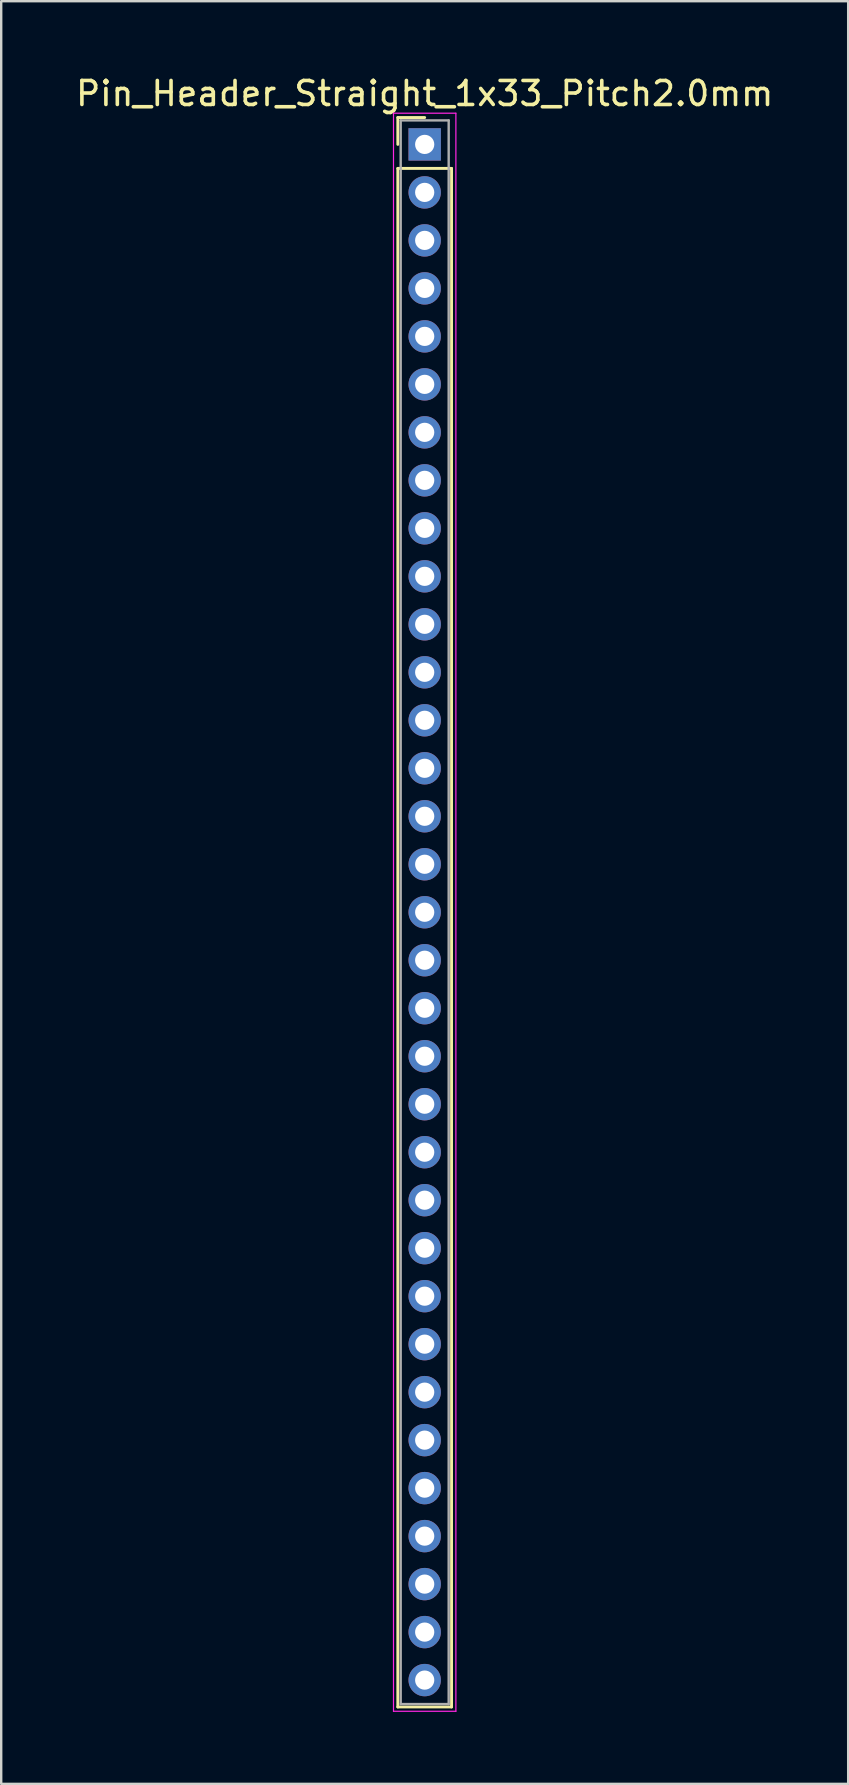
<source format=kicad_pcb>
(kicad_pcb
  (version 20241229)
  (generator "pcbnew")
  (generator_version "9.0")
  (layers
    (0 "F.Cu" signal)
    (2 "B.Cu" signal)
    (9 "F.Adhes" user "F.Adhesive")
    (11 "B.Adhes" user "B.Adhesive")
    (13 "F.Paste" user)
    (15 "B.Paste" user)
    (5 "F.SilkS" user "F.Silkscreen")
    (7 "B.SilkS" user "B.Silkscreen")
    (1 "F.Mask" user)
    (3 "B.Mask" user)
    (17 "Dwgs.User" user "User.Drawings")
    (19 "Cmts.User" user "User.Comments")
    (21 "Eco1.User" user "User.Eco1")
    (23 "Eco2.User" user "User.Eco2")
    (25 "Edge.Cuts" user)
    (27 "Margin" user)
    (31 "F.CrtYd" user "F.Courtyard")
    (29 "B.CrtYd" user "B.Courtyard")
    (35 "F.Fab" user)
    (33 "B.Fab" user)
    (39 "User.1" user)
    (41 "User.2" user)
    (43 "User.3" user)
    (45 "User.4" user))
  (footprint "Pin_Header_Straight_1x33_Pitch2.0mm"
    (layer "F.Cu")
    (at 14.649 2.968)
    (property "Reference" "Pin_Header_Straight_1x33_Pitch2.0mm" (at 0 -2.12 0) (layer "F.SilkS") (effects (font (size 1 1) (thickness 0.15))))
    (attr through_hole)
    (fp_line (start -1.12 -1.12) (end 0 -1.12) (stroke (width 0.12) (type solid)) (layer "F.SilkS"))
    (fp_line (start -1.12 0) (end -1.12 -1.12) (stroke (width 0.12) (type solid)) (layer "F.SilkS"))
    (fp_line (start -1.12 1) (end -1.12 65.12) (stroke (width 0.12) (type solid)) (layer "F.SilkS"))
    (fp_line (start -1.12 65.12) (end 1.12 65.12) (stroke (width 0.12) (type solid)) (layer "F.SilkS"))
    (fp_line (start 1.12 1) (end -1.12 1) (stroke (width 0.12) (type solid)) (layer "F.SilkS"))
    (fp_line (start 1.12 65.12) (end 1.12 1) (stroke (width 0.12) (type solid)) (layer "F.SilkS"))
    (fp_line (start -1.3 -1.3) (end -1.3 65.3) (stroke (width 0.05) (type solid)) (layer "F.CrtYd"))
    (fp_line (start -1.3 65.3) (end 1.3 65.3) (stroke (width 0.05) (type solid)) (layer "F.CrtYd"))
    (fp_line (start 1.3 -1.3) (end -1.3 -1.3) (stroke (width 0.05) (type solid)) (layer "F.CrtYd"))
    (fp_line (start 1.3 65.3) (end 1.3 -1.3) (stroke (width 0.05) (type solid)) (layer "F.CrtYd"))
    (fp_line (start -1 -1) (end -1 65) (stroke (width 0.1) (type solid)) (layer "F.Fab"))
    (fp_line (start -1 65) (end 1 65) (stroke (width 0.1) (type solid)) (layer "F.Fab"))
    (fp_line (start 1 -1) (end -1 -1) (stroke (width 0.1) (type solid)) (layer "F.Fab"))
    (fp_line (start 1 65) (end 1 -1) (stroke (width 0.1) (type solid)) (layer "F.Fab"))
    (pad "1" thru_hole rect (at 0 0) (size 1.35 1.35) (drill 0.8) (layers "*.Cu" "*.Mask"))
    (pad "2" thru_hole oval (at 0 2) (size 1.35 1.35) (drill 0.8) (layers "*.Cu" "*.Mask"))
    (pad "3" thru_hole oval (at 0 4) (size 1.35 1.35) (drill 0.8) (layers "*.Cu" "*.Mask"))
    (pad "4" thru_hole oval (at 0 6) (size 1.35 1.35) (drill 0.8) (layers "*.Cu" "*.Mask"))
    (pad "5" thru_hole oval (at 0 8) (size 1.35 1.35) (drill 0.8) (layers "*.Cu" "*.Mask"))
    (pad "6" thru_hole oval (at 0 10) (size 1.35 1.35) (drill 0.8) (layers "*.Cu" "*.Mask"))
    (pad "7" thru_hole oval (at 0 12) (size 1.35 1.35) (drill 0.8) (layers "*.Cu" "*.Mask"))
    (pad "8" thru_hole oval (at 0 14) (size 1.35 1.35) (drill 0.8) (layers "*.Cu" "*.Mask"))
    (pad "9" thru_hole oval (at 0 16) (size 1.35 1.35) (drill 0.8) (layers "*.Cu" "*.Mask"))
    (pad "10" thru_hole oval (at 0 18) (size 1.35 1.35) (drill 0.8) (layers "*.Cu" "*.Mask"))
    (pad "11" thru_hole oval (at 0 20) (size 1.35 1.35) (drill 0.8) (layers "*.Cu" "*.Mask"))
    (pad "12" thru_hole oval (at 0 22) (size 1.35 1.35) (drill 0.8) (layers "*.Cu" "*.Mask"))
    (pad "13" thru_hole oval (at 0 24) (size 1.35 1.35) (drill 0.8) (layers "*.Cu" "*.Mask"))
    (pad "14" thru_hole oval (at 0 26) (size 1.35 1.35) (drill 0.8) (layers "*.Cu" "*.Mask"))
    (pad "15" thru_hole oval (at 0 28) (size 1.35 1.35) (drill 0.8) (layers "*.Cu" "*.Mask"))
    (pad "16" thru_hole oval (at 0 30) (size 1.35 1.35) (drill 0.8) (layers "*.Cu" "*.Mask"))
    (pad "17" thru_hole oval (at 0 32) (size 1.35 1.35) (drill 0.8) (layers "*.Cu" "*.Mask"))
    (pad "18" thru_hole oval (at 0 34) (size 1.35 1.35) (drill 0.8) (layers "*.Cu" "*.Mask"))
    (pad "19" thru_hole oval (at 0 36) (size 1.35 1.35) (drill 0.8) (layers "*.Cu" "*.Mask"))
    (pad "20" thru_hole oval (at 0 38) (size 1.35 1.35) (drill 0.8) (layers "*.Cu" "*.Mask"))
    (pad "21" thru_hole oval (at 0 40) (size 1.35 1.35) (drill 0.8) (layers "*.Cu" "*.Mask"))
    (pad "22" thru_hole oval (at 0 42) (size 1.35 1.35) (drill 0.8) (layers "*.Cu" "*.Mask"))
    (pad "23" thru_hole oval (at 0 44) (size 1.35 1.35) (drill 0.8) (layers "*.Cu" "*.Mask"))
    (pad "24" thru_hole oval (at 0 46) (size 1.35 1.35) (drill 0.8) (layers "*.Cu" "*.Mask"))
    (pad "25" thru_hole oval (at 0 48) (size 1.35 1.35) (drill 0.8) (layers "*.Cu" "*.Mask"))
    (pad "26" thru_hole oval (at 0 50) (size 1.35 1.35) (drill 0.8) (layers "*.Cu" "*.Mask"))
    (pad "27" thru_hole oval (at 0 52) (size 1.35 1.35) (drill 0.8) (layers "*.Cu" "*.Mask"))
    (pad "28" thru_hole oval (at 0 54) (size 1.35 1.35) (drill 0.8) (layers "*.Cu" "*.Mask"))
    (pad "29" thru_hole oval (at 0 56) (size 1.35 1.35) (drill 0.8) (layers "*.Cu" "*.Mask"))
    (pad "30" thru_hole oval (at 0 58) (size 1.35 1.35) (drill 0.8) (layers "*.Cu" "*.Mask"))
    (pad "31" thru_hole oval (at 0 60) (size 1.35 1.35) (drill 0.8) (layers "*.Cu" "*.Mask"))
    (pad "32" thru_hole oval (at 0 62) (size 1.35 1.35) (drill 0.8) (layers "*.Cu" "*.Mask"))
    (pad "33" thru_hole oval (at 0 64) (size 1.35 1.35) (drill 0.8) (layers "*.Cu" "*.Mask")))
  (gr_rect
    (start -3 -3)
    (end 32.298 71.293)
    (stroke (width 0.1) (type default))
    (fill no)
    (layer "Edge.Cuts")))
</source>
